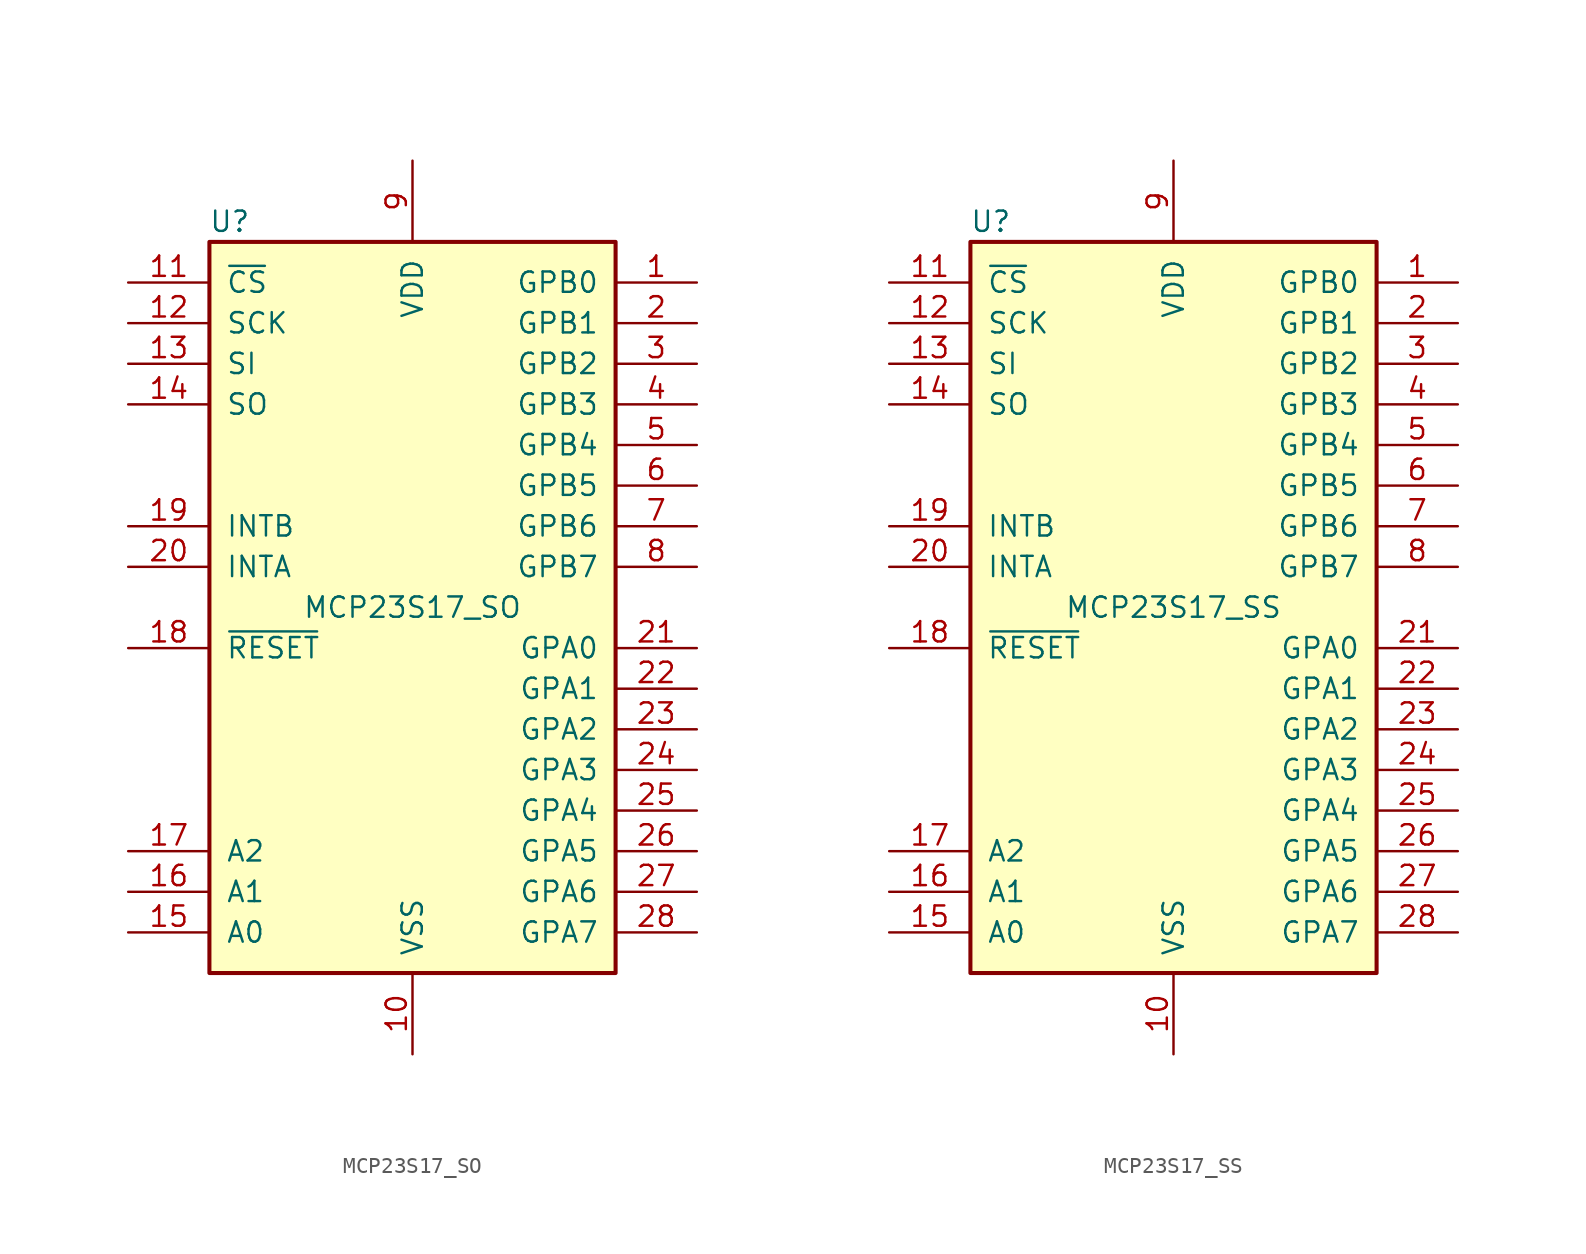
<source format=kicad_sym>
(kicad_symbol_lib
  (version 20201005)
  (generator kicad_symbol_editor)
  (symbol "Interface_Expansion:MCP23S17_SO"
    (pin_names
      (offset 1.016))
    (property "Reference" "U"
      (at -11.43 24.13 0)
      (effects (font (size 1.27 1.27))))
    (property "Value" "MCP23S17_SO"
      (at 0 0 0)
      (effects (font (size 1.27 1.27))))
    (symbol "MCP23S17_SO_0_1"
      (rectangle (start -12.7 22.86) (end 12.7 -22.86) (stroke (width 0.254)) (fill (type background))))
    (symbol "MCP23S17_SO_1_1"
      (pin bidirectional line (at 17.78 20.32 180) (length 5.08) (name "GPB0" (effects (font (size 1.27 1.27)))) (number "1" (effects (font (size 1.27 1.27)))))
      (pin power_in line (at 0 -27.94 90) (length 5.08) (name "VSS" (effects (font (size 1.27 1.27)))) (number "10" (effects (font (size 1.27 1.27)))))
      (pin input line (at -17.78 20.32 0) (length 5.08) (name "~CS~" (effects (font (size 1.27 1.27)))) (number "11" (effects (font (size 1.27 1.27)))))
      (pin input line (at -17.78 17.78 0) (length 5.08) (name "SCK" (effects (font (size 1.27 1.27)))) (number "12" (effects (font (size 1.27 1.27)))))
      (pin input line (at -17.78 15.24 0) (length 5.08) (name "SI" (effects (font (size 1.27 1.27)))) (number "13" (effects (font (size 1.27 1.27)))))
      (pin output line (at -17.78 12.7 0) (length 5.08) (name "SO" (effects (font (size 1.27 1.27)))) (number "14" (effects (font (size 1.27 1.27)))))
      (pin input line (at -17.78 -20.32 0) (length 5.08) (name "A0" (effects (font (size 1.27 1.27)))) (number "15" (effects (font (size 1.27 1.27)))))
      (pin input line (at -17.78 -17.78 0) (length 5.08) (name "A1" (effects (font (size 1.27 1.27)))) (number "16" (effects (font (size 1.27 1.27)))))
      (pin input line (at -17.78 -15.24 0) (length 5.08) (name "A2" (effects (font (size 1.27 1.27)))) (number "17" (effects (font (size 1.27 1.27)))))
      (pin input line (at -17.78 -2.54 0) (length 5.08) (name "~RESET~" (effects (font (size 1.27 1.27)))) (number "18" (effects (font (size 1.27 1.27)))))
      (pin tri_state line (at -17.78 5.08 0) (length 5.08) (name "INTB" (effects (font (size 1.27 1.27)))) (number "19" (effects (font (size 1.27 1.27)))))
      (pin bidirectional line (at 17.78 17.78 180) (length 5.08) (name "GPB1" (effects (font (size 1.27 1.27)))) (number "2" (effects (font (size 1.27 1.27)))))
      (pin tri_state line (at -17.78 2.54 0) (length 5.08) (name "INTA" (effects (font (size 1.27 1.27)))) (number "20" (effects (font (size 1.27 1.27)))))
      (pin bidirectional line (at 17.78 -2.54 180) (length 5.08) (name "GPA0" (effects (font (size 1.27 1.27)))) (number "21" (effects (font (size 1.27 1.27)))))
      (pin bidirectional line (at 17.78 -5.08 180) (length 5.08) (name "GPA1" (effects (font (size 1.27 1.27)))) (number "22" (effects (font (size 1.27 1.27)))))
      (pin bidirectional line (at 17.78 -7.62 180) (length 5.08) (name "GPA2" (effects (font (size 1.27 1.27)))) (number "23" (effects (font (size 1.27 1.27)))))
      (pin bidirectional line (at 17.78 -10.16 180) (length 5.08) (name "GPA3" (effects (font (size 1.27 1.27)))) (number "24" (effects (font (size 1.27 1.27)))))
      (pin bidirectional line (at 17.78 -12.7 180) (length 5.08) (name "GPA4" (effects (font (size 1.27 1.27)))) (number "25" (effects (font (size 1.27 1.27)))))
      (pin bidirectional line (at 17.78 -15.24 180) (length 5.08) (name "GPA5" (effects (font (size 1.27 1.27)))) (number "26" (effects (font (size 1.27 1.27)))))
      (pin bidirectional line (at 17.78 -17.78 180) (length 5.08) (name "GPA6" (effects (font (size 1.27 1.27)))) (number "27" (effects (font (size 1.27 1.27)))))
      (pin bidirectional line (at 17.78 -20.32 180) (length 5.08) (name "GPA7" (effects (font (size 1.27 1.27)))) (number "28" (effects (font (size 1.27 1.27)))))
      (pin bidirectional line (at 17.78 15.24 180) (length 5.08) (name "GPB2" (effects (font (size 1.27 1.27)))) (number "3" (effects (font (size 1.27 1.27)))))
      (pin bidirectional line (at 17.78 12.7 180) (length 5.08) (name "GPB3" (effects (font (size 1.27 1.27)))) (number "4" (effects (font (size 1.27 1.27)))))
      (pin bidirectional line (at 17.78 10.16 180) (length 5.08) (name "GPB4" (effects (font (size 1.27 1.27)))) (number "5" (effects (font (size 1.27 1.27)))))
      (pin bidirectional line (at 17.78 7.62 180) (length 5.08) (name "GPB5" (effects (font (size 1.27 1.27)))) (number "6" (effects (font (size 1.27 1.27)))))
      (pin bidirectional line (at 17.78 5.08 180) (length 5.08) (name "GPB6" (effects (font (size 1.27 1.27)))) (number "7" (effects (font (size 1.27 1.27)))))
      (pin bidirectional line (at 17.78 2.54 180) (length 5.08) (name "GPB7" (effects (font (size 1.27 1.27)))) (number "8" (effects (font (size 1.27 1.27)))))
      (pin power_in line (at 0 27.94 270) (length 5.08) (name "VDD" (effects (font (size 1.27 1.27)))) (number "9" (effects (font (size 1.27 1.27)))))))
  (symbol "Interface_Expansion:MCP23S17_SS"
    (pin_names
      (offset 1.016))
    (property "Reference" "U"
      (at -11.43 24.13 0)
      (effects (font (size 1.27 1.27))))
    (property "Value" "MCP23S17_SS"
      (at 0 0 0)
      (effects (font (size 1.27 1.27))))
    (symbol "MCP23S17_SS_0_1"
      (rectangle (start -12.7 22.86) (end 12.7 -22.86) (stroke (width 0.254)) (fill (type background))))
    (symbol "MCP23S17_SS_1_1"
      (pin bidirectional line (at 17.78 20.32 180) (length 5.08) (name "GPB0" (effects (font (size 1.27 1.27)))) (number "1" (effects (font (size 1.27 1.27)))))
      (pin power_in line (at 0 -27.94 90) (length 5.08) (name "VSS" (effects (font (size 1.27 1.27)))) (number "10" (effects (font (size 1.27 1.27)))))
      (pin input line (at -17.78 20.32 0) (length 5.08) (name "~CS~" (effects (font (size 1.27 1.27)))) (number "11" (effects (font (size 1.27 1.27)))))
      (pin input line (at -17.78 17.78 0) (length 5.08) (name "SCK" (effects (font (size 1.27 1.27)))) (number "12" (effects (font (size 1.27 1.27)))))
      (pin input line (at -17.78 15.24 0) (length 5.08) (name "SI" (effects (font (size 1.27 1.27)))) (number "13" (effects (font (size 1.27 1.27)))))
      (pin output line (at -17.78 12.7 0) (length 5.08) (name "SO" (effects (font (size 1.27 1.27)))) (number "14" (effects (font (size 1.27 1.27)))))
      (pin input line (at -17.78 -20.32 0) (length 5.08) (name "A0" (effects (font (size 1.27 1.27)))) (number "15" (effects (font (size 1.27 1.27)))))
      (pin input line (at -17.78 -17.78 0) (length 5.08) (name "A1" (effects (font (size 1.27 1.27)))) (number "16" (effects (font (size 1.27 1.27)))))
      (pin input line (at -17.78 -15.24 0) (length 5.08) (name "A2" (effects (font (size 1.27 1.27)))) (number "17" (effects (font (size 1.27 1.27)))))
      (pin input line (at -17.78 -2.54 0) (length 5.08) (name "~RESET~" (effects (font (size 1.27 1.27)))) (number "18" (effects (font (size 1.27 1.27)))))
      (pin tri_state line (at -17.78 5.08 0) (length 5.08) (name "INTB" (effects (font (size 1.27 1.27)))) (number "19" (effects (font (size 1.27 1.27)))))
      (pin bidirectional line (at 17.78 17.78 180) (length 5.08) (name "GPB1" (effects (font (size 1.27 1.27)))) (number "2" (effects (font (size 1.27 1.27)))))
      (pin tri_state line (at -17.78 2.54 0) (length 5.08) (name "INTA" (effects (font (size 1.27 1.27)))) (number "20" (effects (font (size 1.27 1.27)))))
      (pin bidirectional line (at 17.78 -2.54 180) (length 5.08) (name "GPA0" (effects (font (size 1.27 1.27)))) (number "21" (effects (font (size 1.27 1.27)))))
      (pin bidirectional line (at 17.78 -5.08 180) (length 5.08) (name "GPA1" (effects (font (size 1.27 1.27)))) (number "22" (effects (font (size 1.27 1.27)))))
      (pin bidirectional line (at 17.78 -7.62 180) (length 5.08) (name "GPA2" (effects (font (size 1.27 1.27)))) (number "23" (effects (font (size 1.27 1.27)))))
      (pin bidirectional line (at 17.78 -10.16 180) (length 5.08) (name "GPA3" (effects (font (size 1.27 1.27)))) (number "24" (effects (font (size 1.27 1.27)))))
      (pin bidirectional line (at 17.78 -12.7 180) (length 5.08) (name "GPA4" (effects (font (size 1.27 1.27)))) (number "25" (effects (font (size 1.27 1.27)))))
      (pin bidirectional line (at 17.78 -15.24 180) (length 5.08) (name "GPA5" (effects (font (size 1.27 1.27)))) (number "26" (effects (font (size 1.27 1.27)))))
      (pin bidirectional line (at 17.78 -17.78 180) (length 5.08) (name "GPA6" (effects (font (size 1.27 1.27)))) (number "27" (effects (font (size 1.27 1.27)))))
      (pin bidirectional line (at 17.78 -20.32 180) (length 5.08) (name "GPA7" (effects (font (size 1.27 1.27)))) (number "28" (effects (font (size 1.27 1.27)))))
      (pin bidirectional line (at 17.78 15.24 180) (length 5.08) (name "GPB2" (effects (font (size 1.27 1.27)))) (number "3" (effects (font (size 1.27 1.27)))))
      (pin bidirectional line (at 17.78 12.7 180) (length 5.08) (name "GPB3" (effects (font (size 1.27 1.27)))) (number "4" (effects (font (size 1.27 1.27)))))
      (pin bidirectional line (at 17.78 10.16 180) (length 5.08) (name "GPB4" (effects (font (size 1.27 1.27)))) (number "5" (effects (font (size 1.27 1.27)))))
      (pin bidirectional line (at 17.78 7.62 180) (length 5.08) (name "GPB5" (effects (font (size 1.27 1.27)))) (number "6" (effects (font (size 1.27 1.27)))))
      (pin bidirectional line (at 17.78 5.08 180) (length 5.08) (name "GPB6" (effects (font (size 1.27 1.27)))) (number "7" (effects (font (size 1.27 1.27)))))
      (pin bidirectional line (at 17.78 2.54 180) (length 5.08) (name "GPB7" (effects (font (size 1.27 1.27)))) (number "8" (effects (font (size 1.27 1.27)))))
      (pin power_in line (at 0 27.94 270) (length 5.08) (name "VDD" (effects (font (size 1.27 1.27)))) (number "9" (effects (font (size 1.27 1.27))))))))
</source>
